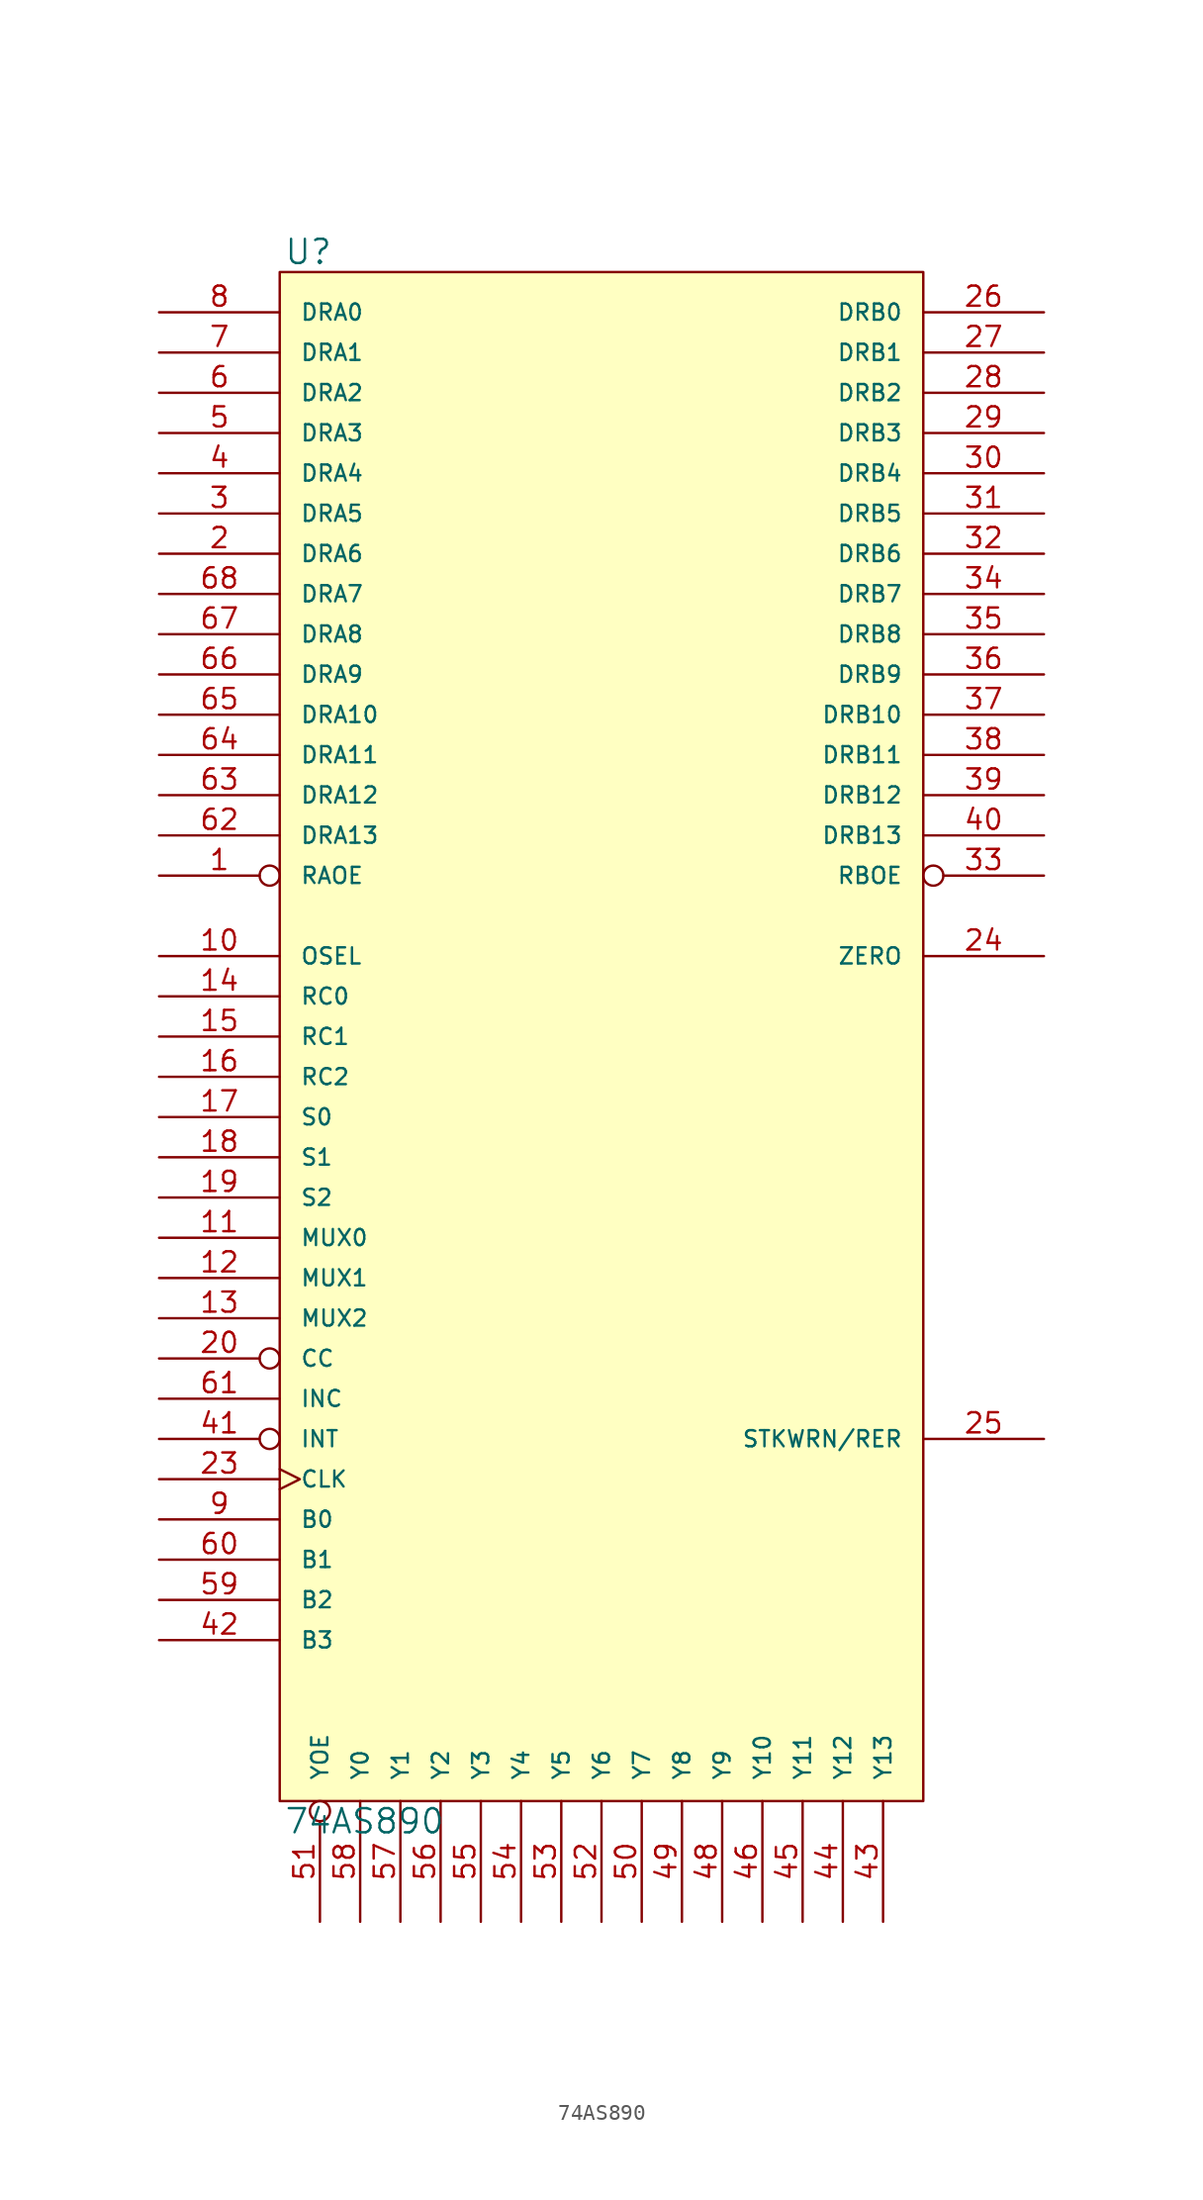
<source format=kicad_sym>
(kicad_symbol_lib
  (version 20231120)
  (generator "kicad_symbol_editor")
  (generator_version "8.0")
  (symbol "74AS890"
    (pin_names
      (offset 1.27))
    (property "Reference" "U"
      (at 0.254 0.381 0)
      (effects (font (size 1.524 1.524)) (justify left bottom)))
    (property "Value" "74AS890"
      (at 0.254 -96.901 0)
      (effects (font (size 1.524 1.524)) (justify left top)))
    (symbol "74AS890_0_1"
      (rectangle (start 0 0) (end 40.64 -96.52) (stroke (width 0) (type solid)) (fill (type background))))
    (symbol "74AS890_1_1"
      (pin input inverted (at -7.62 -38.1 0) (length 7.62) (name "RAOE" (effects (font (size 1.016 1.016)))) (number "1" (effects (font (size 1.27 1.27)))))
      (pin input line (at -7.62 -43.18 0) (length 7.62) (name "OSEL" (effects (font (size 1.016 1.016)))) (number "10" (effects (font (size 1.27 1.27)))))
      (pin input line (at -7.62 -60.96 0) (length 7.62) (name "MUX0" (effects (font (size 1.016 1.016)))) (number "11" (effects (font (size 1.27 1.27)))))
      (pin input line (at -7.62 -63.5 0) (length 7.62) (name "MUX1" (effects (font (size 1.016 1.016)))) (number "12" (effects (font (size 1.27 1.27)))))
      (pin input line (at -7.62 -66.04 0) (length 7.62) (name "MUX2" (effects (font (size 1.016 1.016)))) (number "13" (effects (font (size 1.27 1.27)))))
      (pin input line (at -7.62 -45.72 0) (length 7.62) (name "RC0" (effects (font (size 1.016 1.016)))) (number "14" (effects (font (size 1.27 1.27)))))
      (pin input line (at -7.62 -48.26 0) (length 7.62) (name "RC1" (effects (font (size 1.016 1.016)))) (number "15" (effects (font (size 1.27 1.27)))))
      (pin input line (at -7.62 -50.8 0) (length 7.62) (name "RC2" (effects (font (size 1.016 1.016)))) (number "16" (effects (font (size 1.27 1.27)))))
      (pin input line (at -7.62 -53.34 0) (length 7.62) (name "S0" (effects (font (size 1.016 1.016)))) (number "17" (effects (font (size 1.27 1.27)))))
      (pin input line (at -7.62 -55.88 0) (length 7.62) (name "S1" (effects (font (size 1.016 1.016)))) (number "18" (effects (font (size 1.27 1.27)))))
      (pin input line (at -7.62 -58.42 0) (length 7.62) (name "S2" (effects (font (size 1.016 1.016)))) (number "19" (effects (font (size 1.27 1.27)))))
      (pin bidirectional line (at -7.62 -17.78 0) (length 7.62) (name "DRA6" (effects (font (size 1.016 1.016)))) (number "2" (effects (font (size 1.27 1.27)))))
      (pin input inverted (at -7.62 -68.58 0) (length 7.62) (name "CC" (effects (font (size 1.016 1.016)))) (number "20" (effects (font (size 1.27 1.27)))))
      (pin power_in line (at 0 0 270) (length 0) hide (name "VCC" (effects (font (size 1.016 1.016)))) (number "21" (effects (font (size 1.27 1.27)))))
      (pin power_in line (at 2.54 0 270) (length 0) hide (name "VCC" (effects (font (size 1.016 1.016)))) (number "22" (effects (font (size 1.27 1.27)))))
      (pin input clock (at -7.62 -76.2 0) (length 7.62) (name "CLK" (effects (font (size 1.016 1.016)))) (number "23" (effects (font (size 1.27 1.27)))))
      (pin output line (at 48.26 -43.18 180) (length 7.62) (name "ZERO" (effects (font (size 1.016 1.016)))) (number "24" (effects (font (size 1.27 1.27)))))
      (pin output line (at 48.26 -73.66 180) (length 7.62) (name "STKWRN/RER" (effects (font (size 1.016 1.016)))) (number "25" (effects (font (size 1.27 1.27)))))
      (pin bidirectional line (at 48.26 -2.54 180) (length 7.62) (name "DRB0" (effects (font (size 1.016 1.016)))) (number "26" (effects (font (size 1.27 1.27)))))
      (pin bidirectional line (at 48.26 -5.08 180) (length 7.62) (name "DRB1" (effects (font (size 1.016 1.016)))) (number "27" (effects (font (size 1.27 1.27)))))
      (pin bidirectional line (at 48.26 -7.62 180) (length 7.62) (name "DRB2" (effects (font (size 1.016 1.016)))) (number "28" (effects (font (size 1.27 1.27)))))
      (pin bidirectional line (at 48.26 -10.16 180) (length 7.62) (name "DRB3" (effects (font (size 1.016 1.016)))) (number "29" (effects (font (size 1.27 1.27)))))
      (pin bidirectional line (at -7.62 -15.24 0) (length 7.62) (name "DRA5" (effects (font (size 1.016 1.016)))) (number "3" (effects (font (size 1.27 1.27)))))
      (pin bidirectional line (at 48.26 -12.7 180) (length 7.62) (name "DRB4" (effects (font (size 1.016 1.016)))) (number "30" (effects (font (size 1.27 1.27)))))
      (pin bidirectional line (at 48.26 -15.24 180) (length 7.62) (name "DRB5" (effects (font (size 1.016 1.016)))) (number "31" (effects (font (size 1.27 1.27)))))
      (pin bidirectional line (at 48.26 -17.78 180) (length 7.62) (name "DRB6" (effects (font (size 1.016 1.016)))) (number "32" (effects (font (size 1.27 1.27)))))
      (pin input inverted (at 48.26 -38.1 180) (length 7.62) (name "RBOE" (effects (font (size 1.016 1.016)))) (number "33" (effects (font (size 1.27 1.27)))))
      (pin bidirectional line (at 48.26 -20.32 180) (length 7.62) (name "DRB7" (effects (font (size 1.016 1.016)))) (number "34" (effects (font (size 1.27 1.27)))))
      (pin bidirectional line (at 48.26 -22.86 180) (length 7.62) (name "DRB8" (effects (font (size 1.016 1.016)))) (number "35" (effects (font (size 1.27 1.27)))))
      (pin bidirectional line (at 48.26 -25.4 180) (length 7.62) (name "DRB9" (effects (font (size 1.016 1.016)))) (number "36" (effects (font (size 1.27 1.27)))))
      (pin bidirectional line (at 48.26 -27.94 180) (length 7.62) (name "DRB10" (effects (font (size 1.016 1.016)))) (number "37" (effects (font (size 1.27 1.27)))))
      (pin bidirectional line (at 48.26 -30.48 180) (length 7.62) (name "DRB11" (effects (font (size 1.016 1.016)))) (number "38" (effects (font (size 1.27 1.27)))))
      (pin bidirectional line (at 48.26 -33.02 180) (length 7.62) (name "DRB12" (effects (font (size 1.016 1.016)))) (number "39" (effects (font (size 1.27 1.27)))))
      (pin bidirectional line (at -7.62 -12.7 0) (length 7.62) (name "DRA4" (effects (font (size 1.016 1.016)))) (number "4" (effects (font (size 1.27 1.27)))))
      (pin bidirectional line (at 48.26 -35.56 180) (length 7.62) (name "DRB13" (effects (font (size 1.016 1.016)))) (number "40" (effects (font (size 1.27 1.27)))))
      (pin input inverted (at -7.62 -73.66 0) (length 7.62) (name "INT" (effects (font (size 1.016 1.016)))) (number "41" (effects (font (size 1.27 1.27)))))
      (pin input line (at -7.62 -86.36 0) (length 7.62) (name "B3" (effects (font (size 1.016 1.016)))) (number "42" (effects (font (size 1.27 1.27)))))
      (pin bidirectional line (at 38.1 -104.14 90) (length 7.62) (name "Y13" (effects (font (size 1.016 1.016)))) (number "43" (effects (font (size 1.27 1.27)))))
      (pin bidirectional line (at 35.56 -104.14 90) (length 7.62) (name "Y12" (effects (font (size 1.016 1.016)))) (number "44" (effects (font (size 1.27 1.27)))))
      (pin bidirectional line (at 33.02 -104.14 90) (length 7.62) (name "Y11" (effects (font (size 1.016 1.016)))) (number "45" (effects (font (size 1.27 1.27)))))
      (pin bidirectional line (at 30.48 -104.14 90) (length 7.62) (name "Y10" (effects (font (size 1.016 1.016)))) (number "46" (effects (font (size 1.27 1.27)))))
      (pin power_in line (at 0 -96.52 90) (length 0) hide (name "GND" (effects (font (size 1.016 1.016)))) (number "47" (effects (font (size 1.27 1.27)))))
      (pin bidirectional line (at 27.94 -104.14 90) (length 7.62) (name "Y9" (effects (font (size 1.016 1.016)))) (number "48" (effects (font (size 1.27 1.27)))))
      (pin bidirectional line (at 25.4 -104.14 90) (length 7.62) (name "Y8" (effects (font (size 1.016 1.016)))) (number "49" (effects (font (size 1.27 1.27)))))
      (pin bidirectional line (at -7.62 -10.16 0) (length 7.62) (name "DRA3" (effects (font (size 1.016 1.016)))) (number "5" (effects (font (size 1.27 1.27)))))
      (pin bidirectional line (at 22.86 -104.14 90) (length 7.62) (name "Y7" (effects (font (size 1.016 1.016)))) (number "50" (effects (font (size 1.27 1.27)))))
      (pin input inverted (at 2.54 -104.14 90) (length 7.62) (name "YOE" (effects (font (size 1.016 1.016)))) (number "51" (effects (font (size 1.27 1.27)))))
      (pin bidirectional line (at 20.32 -104.14 90) (length 7.62) (name "Y6" (effects (font (size 1.016 1.016)))) (number "52" (effects (font (size 1.27 1.27)))))
      (pin bidirectional line (at 17.78 -104.14 90) (length 7.62) (name "Y5" (effects (font (size 1.016 1.016)))) (number "53" (effects (font (size 1.27 1.27)))))
      (pin bidirectional line (at 15.24 -104.14 90) (length 7.62) (name "Y4" (effects (font (size 1.016 1.016)))) (number "54" (effects (font (size 1.27 1.27)))))
      (pin bidirectional line (at 12.7 -104.14 90) (length 7.62) (name "Y3" (effects (font (size 1.016 1.016)))) (number "55" (effects (font (size 1.27 1.27)))))
      (pin bidirectional line (at 10.16 -104.14 90) (length 7.62) (name "Y2" (effects (font (size 1.016 1.016)))) (number "56" (effects (font (size 1.27 1.27)))))
      (pin bidirectional line (at 7.62 -104.14 90) (length 7.62) (name "Y1" (effects (font (size 1.016 1.016)))) (number "57" (effects (font (size 1.27 1.27)))))
      (pin bidirectional line (at 5.08 -104.14 90) (length 7.62) (name "Y0" (effects (font (size 1.016 1.016)))) (number "58" (effects (font (size 1.27 1.27)))))
      (pin input line (at -7.62 -83.82 0) (length 7.62) (name "B2" (effects (font (size 1.016 1.016)))) (number "59" (effects (font (size 1.27 1.27)))))
      (pin bidirectional line (at -7.62 -7.62 0) (length 7.62) (name "DRA2" (effects (font (size 1.016 1.016)))) (number "6" (effects (font (size 1.27 1.27)))))
      (pin input line (at -7.62 -81.28 0) (length 7.62) (name "B1" (effects (font (size 1.016 1.016)))) (number "60" (effects (font (size 1.27 1.27)))))
      (pin input line (at -7.62 -71.12 0) (length 7.62) (name "INC" (effects (font (size 1.016 1.016)))) (number "61" (effects (font (size 1.27 1.27)))))
      (pin bidirectional line (at -7.62 -35.56 0) (length 7.62) (name "DRA13" (effects (font (size 1.016 1.016)))) (number "62" (effects (font (size 1.27 1.27)))))
      (pin bidirectional line (at -7.62 -33.02 0) (length 7.62) (name "DRA12" (effects (font (size 1.016 1.016)))) (number "63" (effects (font (size 1.27 1.27)))))
      (pin bidirectional line (at -7.62 -30.48 0) (length 7.62) (name "DRA11" (effects (font (size 1.016 1.016)))) (number "64" (effects (font (size 1.27 1.27)))))
      (pin bidirectional line (at -7.62 -27.94 0) (length 7.62) (name "DRA10" (effects (font (size 1.016 1.016)))) (number "65" (effects (font (size 1.27 1.27)))))
      (pin bidirectional line (at -7.62 -25.4 0) (length 7.62) (name "DRA9" (effects (font (size 1.016 1.016)))) (number "66" (effects (font (size 1.27 1.27)))))
      (pin bidirectional line (at -7.62 -22.86 0) (length 7.62) (name "DRA8" (effects (font (size 1.016 1.016)))) (number "67" (effects (font (size 1.27 1.27)))))
      (pin bidirectional line (at -7.62 -20.32 0) (length 7.62) (name "DRA7" (effects (font (size 1.016 1.016)))) (number "68" (effects (font (size 1.27 1.27)))))
      (pin bidirectional line (at -7.62 -5.08 0) (length 7.62) (name "DRA1" (effects (font (size 1.016 1.016)))) (number "7" (effects (font (size 1.27 1.27)))))
      (pin bidirectional line (at -7.62 -2.54 0) (length 7.62) (name "DRA0" (effects (font (size 1.016 1.016)))) (number "8" (effects (font (size 1.27 1.27)))))
      (pin input line (at -7.62 -78.74 0) (length 7.62) (name "B0" (effects (font (size 1.016 1.016)))) (number "9" (effects (font (size 1.27 1.27))))))))
</source>
